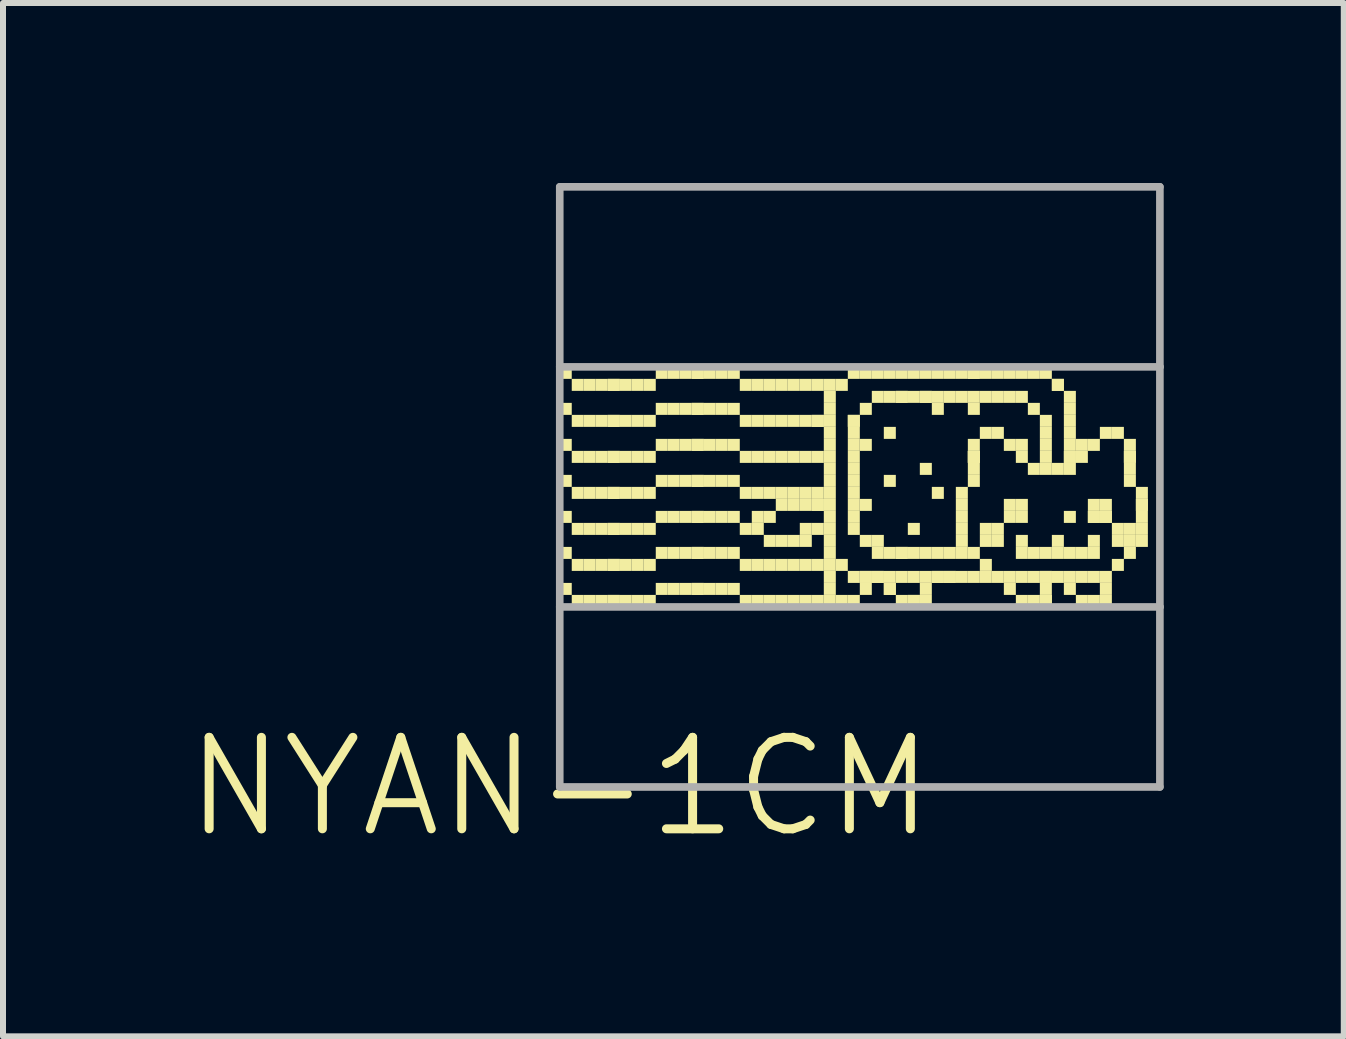
<source format=kicad_pcb>
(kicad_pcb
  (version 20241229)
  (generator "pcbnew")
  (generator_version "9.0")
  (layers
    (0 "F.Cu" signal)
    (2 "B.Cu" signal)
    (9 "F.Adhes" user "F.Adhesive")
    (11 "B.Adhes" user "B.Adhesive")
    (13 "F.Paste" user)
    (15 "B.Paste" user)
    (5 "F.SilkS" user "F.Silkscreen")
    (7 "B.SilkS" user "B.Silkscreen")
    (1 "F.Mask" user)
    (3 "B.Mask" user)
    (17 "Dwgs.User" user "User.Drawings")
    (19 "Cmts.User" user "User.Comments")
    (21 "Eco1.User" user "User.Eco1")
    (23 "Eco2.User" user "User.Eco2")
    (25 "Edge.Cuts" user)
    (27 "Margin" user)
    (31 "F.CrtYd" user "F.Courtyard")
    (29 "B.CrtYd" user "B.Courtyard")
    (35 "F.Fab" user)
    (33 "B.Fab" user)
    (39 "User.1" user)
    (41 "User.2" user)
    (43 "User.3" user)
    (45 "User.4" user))
  (footprint "NYAN-1CM"
    (layer "F.Cu")
    (at 6.277 10.063)
    (property "Reference" "NYAN-1CM" (at 0 0 0) (layer "F.SilkS") (effects (font (size 1.524 1.524) (thickness 0.15))))
    (attr through_hole)
    (fp_poly (pts (xy 0 -6.8) (xy 0.2 -6.8) (xy 0.2 -7) (xy 0 -7)) (stroke (width 0) (type solid)) (fill yes) (layer "F.SilkS"))
    (fp_poly (pts (xy 0 -6.2) (xy 0.2 -6.2) (xy 0.2 -6.4) (xy 0 -6.4)) (stroke (width 0) (type solid)) (fill yes) (layer "F.SilkS"))
    (fp_poly (pts (xy 0 -5.6) (xy 0.2 -5.6) (xy 0.2 -5.8) (xy 0 -5.8)) (stroke (width 0) (type solid)) (fill yes) (layer "F.SilkS"))
    (fp_poly (pts (xy 0 -5) (xy 0.2 -5) (xy 0.2 -5.2) (xy 0 -5.2)) (stroke (width 0) (type solid)) (fill yes) (layer "F.SilkS"))
    (fp_poly (pts (xy 0 -4.4) (xy 0.2 -4.4) (xy 0.2 -4.6) (xy 0 -4.6)) (stroke (width 0) (type solid)) (fill yes) (layer "F.SilkS"))
    (fp_poly (pts (xy 0 -3.8) (xy 0.2 -3.8) (xy 0.2 -4) (xy 0 -4)) (stroke (width 0) (type solid)) (fill yes) (layer "F.SilkS"))
    (fp_poly (pts (xy 0 -3.2) (xy 0.2 -3.2) (xy 0.2 -3.4) (xy 0 -3.4)) (stroke (width 0) (type solid)) (fill yes) (layer "F.SilkS"))
    (fp_poly (pts (xy 0.2 -6.6) (xy 0.4 -6.6) (xy 0.4 -6.8) (xy 0.2 -6.8)) (stroke (width 0) (type solid)) (fill yes) (layer "F.SilkS"))
    (fp_poly (pts (xy 0.2 -6) (xy 0.4 -6) (xy 0.4 -6.2) (xy 0.2 -6.2)) (stroke (width 0) (type solid)) (fill yes) (layer "F.SilkS"))
    (fp_poly (pts (xy 0.2 -5.4) (xy 0.4 -5.4) (xy 0.4 -5.6) (xy 0.2 -5.6)) (stroke (width 0) (type solid)) (fill yes) (layer "F.SilkS"))
    (fp_poly (pts (xy 0.2 -4.8) (xy 0.4 -4.8) (xy 0.4 -5) (xy 0.2 -5)) (stroke (width 0) (type solid)) (fill yes) (layer "F.SilkS"))
    (fp_poly (pts (xy 0.2 -4.2) (xy 0.4 -4.2) (xy 0.4 -4.4) (xy 0.2 -4.4)) (stroke (width 0) (type solid)) (fill yes) (layer "F.SilkS"))
    (fp_poly (pts (xy 0.2 -3.6) (xy 0.4 -3.6) (xy 0.4 -3.8) (xy 0.2 -3.8)) (stroke (width 0) (type solid)) (fill yes) (layer "F.SilkS"))
    (fp_poly (pts (xy 0.2 -3) (xy 0.4 -3) (xy 0.4 -3.2) (xy 0.2 -3.2)) (stroke (width 0) (type solid)) (fill yes) (layer "F.SilkS"))
    (fp_poly (pts (xy 0.4 -6.6) (xy 0.6 -6.6) (xy 0.6 -6.8) (xy 0.4 -6.8)) (stroke (width 0) (type solid)) (fill yes) (layer "F.SilkS"))
    (fp_poly (pts (xy 0.4 -6) (xy 0.6 -6) (xy 0.6 -6.2) (xy 0.4 -6.2)) (stroke (width 0) (type solid)) (fill yes) (layer "F.SilkS"))
    (fp_poly (pts (xy 0.4 -5.4) (xy 0.6 -5.4) (xy 0.6 -5.6) (xy 0.4 -5.6)) (stroke (width 0) (type solid)) (fill yes) (layer "F.SilkS"))
    (fp_poly (pts (xy 0.4 -4.8) (xy 0.6 -4.8) (xy 0.6 -5) (xy 0.4 -5)) (stroke (width 0) (type solid)) (fill yes) (layer "F.SilkS"))
    (fp_poly (pts (xy 0.4 -4.2) (xy 0.6 -4.2) (xy 0.6 -4.4) (xy 0.4 -4.4)) (stroke (width 0) (type solid)) (fill yes) (layer "F.SilkS"))
    (fp_poly (pts (xy 0.4 -3.6) (xy 0.6 -3.6) (xy 0.6 -3.8) (xy 0.4 -3.8)) (stroke (width 0) (type solid)) (fill yes) (layer "F.SilkS"))
    (fp_poly (pts (xy 0.4 -3) (xy 0.6 -3) (xy 0.6 -3.2) (xy 0.4 -3.2)) (stroke (width 0) (type solid)) (fill yes) (layer "F.SilkS"))
    (fp_poly (pts (xy 0.6 -6.6) (xy 0.8 -6.6) (xy 0.8 -6.8) (xy 0.6 -6.8)) (stroke (width 0) (type solid)) (fill yes) (layer "F.SilkS"))
    (fp_poly (pts (xy 0.6 -6) (xy 0.8 -6) (xy 0.8 -6.2) (xy 0.6 -6.2)) (stroke (width 0) (type solid)) (fill yes) (layer "F.SilkS"))
    (fp_poly (pts (xy 0.6 -5.4) (xy 0.8 -5.4) (xy 0.8 -5.6) (xy 0.6 -5.6)) (stroke (width 0) (type solid)) (fill yes) (layer "F.SilkS"))
    (fp_poly (pts (xy 0.6 -4.8) (xy 0.8 -4.8) (xy 0.8 -5) (xy 0.6 -5)) (stroke (width 0) (type solid)) (fill yes) (layer "F.SilkS"))
    (fp_poly (pts (xy 0.6 -4.2) (xy 0.8 -4.2) (xy 0.8 -4.4) (xy 0.6 -4.4)) (stroke (width 0) (type solid)) (fill yes) (layer "F.SilkS"))
    (fp_poly (pts (xy 0.6 -3.6) (xy 0.8 -3.6) (xy 0.8 -3.8) (xy 0.6 -3.8)) (stroke (width 0) (type solid)) (fill yes) (layer "F.SilkS"))
    (fp_poly (pts (xy 0.6 -3) (xy 0.8 -3) (xy 0.8 -3.2) (xy 0.6 -3.2)) (stroke (width 0) (type solid)) (fill yes) (layer "F.SilkS"))
    (fp_poly (pts (xy 0.8 -6.6) (xy 1 -6.6) (xy 1 -6.8) (xy 0.8 -6.8)) (stroke (width 0) (type solid)) (fill yes) (layer "F.SilkS"))
    (fp_poly (pts (xy 0.8 -6.6) (xy 1 -6.6) (xy 1 -6.8) (xy 0.8 -6.8)) (stroke (width 0) (type solid)) (fill yes) (layer "F.SilkS"))
    (fp_poly (pts (xy 0.8 -6) (xy 1 -6) (xy 1 -6.2) (xy 0.8 -6.2)) (stroke (width 0) (type solid)) (fill yes) (layer "F.SilkS"))
    (fp_poly (pts (xy 0.8 -6) (xy 1 -6) (xy 1 -6.2) (xy 0.8 -6.2)) (stroke (width 0) (type solid)) (fill yes) (layer "F.SilkS"))
    (fp_poly (pts (xy 0.8 -5.4) (xy 1 -5.4) (xy 1 -5.6) (xy 0.8 -5.6)) (stroke (width 0) (type solid)) (fill yes) (layer "F.SilkS"))
    (fp_poly (pts (xy 0.8 -5.4) (xy 1 -5.4) (xy 1 -5.6) (xy 0.8 -5.6)) (stroke (width 0) (type solid)) (fill yes) (layer "F.SilkS"))
    (fp_poly (pts (xy 0.8 -4.8) (xy 1 -4.8) (xy 1 -5) (xy 0.8 -5)) (stroke (width 0) (type solid)) (fill yes) (layer "F.SilkS"))
    (fp_poly (pts (xy 0.8 -4.8) (xy 1 -4.8) (xy 1 -5) (xy 0.8 -5)) (stroke (width 0) (type solid)) (fill yes) (layer "F.SilkS"))
    (fp_poly (pts (xy 0.8 -4.2) (xy 1 -4.2) (xy 1 -4.4) (xy 0.8 -4.4)) (stroke (width 0) (type solid)) (fill yes) (layer "F.SilkS"))
    (fp_poly (pts (xy 0.8 -4.2) (xy 1 -4.2) (xy 1 -4.4) (xy 0.8 -4.4)) (stroke (width 0) (type solid)) (fill yes) (layer "F.SilkS"))
    (fp_poly (pts (xy 0.8 -3.6) (xy 1 -3.6) (xy 1 -3.8) (xy 0.8 -3.8)) (stroke (width 0) (type solid)) (fill yes) (layer "F.SilkS"))
    (fp_poly (pts (xy 0.8 -3.6) (xy 1 -3.6) (xy 1 -3.8) (xy 0.8 -3.8)) (stroke (width 0) (type solid)) (fill yes) (layer "F.SilkS"))
    (fp_poly (pts (xy 0.8 -3) (xy 1 -3) (xy 1 -3.2) (xy 0.8 -3.2)) (stroke (width 0) (type solid)) (fill yes) (layer "F.SilkS"))
    (fp_poly (pts (xy 0.8 -3) (xy 1 -3) (xy 1 -3.2) (xy 0.8 -3.2)) (stroke (width 0) (type solid)) (fill yes) (layer "F.SilkS"))
    (fp_poly (pts (xy 1 -6.6) (xy 1.2 -6.6) (xy 1.2 -6.8) (xy 1 -6.8)) (stroke (width 0) (type solid)) (fill yes) (layer "F.SilkS"))
    (fp_poly (pts (xy 1 -6) (xy 1.2 -6) (xy 1.2 -6.2) (xy 1 -6.2)) (stroke (width 0) (type solid)) (fill yes) (layer "F.SilkS"))
    (fp_poly (pts (xy 1 -5.4) (xy 1.2 -5.4) (xy 1.2 -5.6) (xy 1 -5.6)) (stroke (width 0) (type solid)) (fill yes) (layer "F.SilkS"))
    (fp_poly (pts (xy 1 -4.8) (xy 1.2 -4.8) (xy 1.2 -5) (xy 1 -5)) (stroke (width 0) (type solid)) (fill yes) (layer "F.SilkS"))
    (fp_poly (pts (xy 1 -4.2) (xy 1.2 -4.2) (xy 1.2 -4.4) (xy 1 -4.4)) (stroke (width 0) (type solid)) (fill yes) (layer "F.SilkS"))
    (fp_poly (pts (xy 1 -3.6) (xy 1.2 -3.6) (xy 1.2 -3.8) (xy 1 -3.8)) (stroke (width 0) (type solid)) (fill yes) (layer "F.SilkS"))
    (fp_poly (pts (xy 1 -3) (xy 1.2 -3) (xy 1.2 -3.2) (xy 1 -3.2)) (stroke (width 0) (type solid)) (fill yes) (layer "F.SilkS"))
    (fp_poly (pts (xy 1.2 -6.6) (xy 1.4 -6.6) (xy 1.4 -6.8) (xy 1.2 -6.8)) (stroke (width 0) (type solid)) (fill yes) (layer "F.SilkS"))
    (fp_poly (pts (xy 1.2 -6) (xy 1.4 -6) (xy 1.4 -6.2) (xy 1.2 -6.2)) (stroke (width 0) (type solid)) (fill yes) (layer "F.SilkS"))
    (fp_poly (pts (xy 1.2 -5.4) (xy 1.4 -5.4) (xy 1.4 -5.6) (xy 1.2 -5.6)) (stroke (width 0) (type solid)) (fill yes) (layer "F.SilkS"))
    (fp_poly (pts (xy 1.2 -4.8) (xy 1.4 -4.8) (xy 1.4 -5) (xy 1.2 -5)) (stroke (width 0) (type solid)) (fill yes) (layer "F.SilkS"))
    (fp_poly (pts (xy 1.2 -4.2) (xy 1.4 -4.2) (xy 1.4 -4.4) (xy 1.2 -4.4)) (stroke (width 0) (type solid)) (fill yes) (layer "F.SilkS"))
    (fp_poly (pts (xy 1.2 -3.6) (xy 1.4 -3.6) (xy 1.4 -3.8) (xy 1.2 -3.8)) (stroke (width 0) (type solid)) (fill yes) (layer "F.SilkS"))
    (fp_poly (pts (xy 1.2 -3) (xy 1.4 -3) (xy 1.4 -3.2) (xy 1.2 -3.2)) (stroke (width 0) (type solid)) (fill yes) (layer "F.SilkS"))
    (fp_poly (pts (xy 1.4 -6.6) (xy 1.6 -6.6) (xy 1.6 -6.8) (xy 1.4 -6.8)) (stroke (width 0) (type solid)) (fill yes) (layer "F.SilkS"))
    (fp_poly (pts (xy 1.4 -6) (xy 1.6 -6) (xy 1.6 -6.2) (xy 1.4 -6.2)) (stroke (width 0) (type solid)) (fill yes) (layer "F.SilkS"))
    (fp_poly (pts (xy 1.4 -5.4) (xy 1.6 -5.4) (xy 1.6 -5.6) (xy 1.4 -5.6)) (stroke (width 0) (type solid)) (fill yes) (layer "F.SilkS"))
    (fp_poly (pts (xy 1.4 -4.8) (xy 1.6 -4.8) (xy 1.6 -5) (xy 1.4 -5)) (stroke (width 0) (type solid)) (fill yes) (layer "F.SilkS"))
    (fp_poly (pts (xy 1.4 -4.2) (xy 1.6 -4.2) (xy 1.6 -4.4) (xy 1.4 -4.4)) (stroke (width 0) (type solid)) (fill yes) (layer "F.SilkS"))
    (fp_poly (pts (xy 1.4 -3.6) (xy 1.6 -3.6) (xy 1.6 -3.8) (xy 1.4 -3.8)) (stroke (width 0) (type solid)) (fill yes) (layer "F.SilkS"))
    (fp_poly (pts (xy 1.4 -3) (xy 1.6 -3) (xy 1.6 -3.2) (xy 1.4 -3.2)) (stroke (width 0) (type solid)) (fill yes) (layer "F.SilkS"))
    (fp_poly (pts (xy 1.6 -6.8) (xy 1.8 -6.8) (xy 1.8 -7) (xy 1.6 -7)) (stroke (width 0) (type solid)) (fill yes) (layer "F.SilkS"))
    (fp_poly (pts (xy 1.6 -6.2) (xy 1.8 -6.2) (xy 1.8 -6.4) (xy 1.6 -6.4)) (stroke (width 0) (type solid)) (fill yes) (layer "F.SilkS"))
    (fp_poly (pts (xy 1.6 -5.6) (xy 1.8 -5.6) (xy 1.8 -5.8) (xy 1.6 -5.8)) (stroke (width 0) (type solid)) (fill yes) (layer "F.SilkS"))
    (fp_poly (pts (xy 1.6 -5) (xy 1.8 -5) (xy 1.8 -5.2) (xy 1.6 -5.2)) (stroke (width 0) (type solid)) (fill yes) (layer "F.SilkS"))
    (fp_poly (pts (xy 1.6 -4.4) (xy 1.8 -4.4) (xy 1.8 -4.6) (xy 1.6 -4.6)) (stroke (width 0) (type solid)) (fill yes) (layer "F.SilkS"))
    (fp_poly (pts (xy 1.6 -3.8) (xy 1.8 -3.8) (xy 1.8 -4) (xy 1.6 -4)) (stroke (width 0) (type solid)) (fill yes) (layer "F.SilkS"))
    (fp_poly (pts (xy 1.6 -3.2) (xy 1.8 -3.2) (xy 1.8 -3.4) (xy 1.6 -3.4)) (stroke (width 0) (type solid)) (fill yes) (layer "F.SilkS"))
    (fp_poly (pts (xy 1.8 -6.8) (xy 2 -6.8) (xy 2 -7) (xy 1.8 -7)) (stroke (width 0) (type solid)) (fill yes) (layer "F.SilkS"))
    (fp_poly (pts (xy 1.8 -6.2) (xy 2 -6.2) (xy 2 -6.4) (xy 1.8 -6.4)) (stroke (width 0) (type solid)) (fill yes) (layer "F.SilkS"))
    (fp_poly (pts (xy 1.8 -5.6) (xy 2 -5.6) (xy 2 -5.8) (xy 1.8 -5.8)) (stroke (width 0) (type solid)) (fill yes) (layer "F.SilkS"))
    (fp_poly (pts (xy 1.8 -5) (xy 2 -5) (xy 2 -5.2) (xy 1.8 -5.2)) (stroke (width 0) (type solid)) (fill yes) (layer "F.SilkS"))
    (fp_poly (pts (xy 1.8 -4.4) (xy 2 -4.4) (xy 2 -4.6) (xy 1.8 -4.6)) (stroke (width 0) (type solid)) (fill yes) (layer "F.SilkS"))
    (fp_poly (pts (xy 1.8 -3.8) (xy 2 -3.8) (xy 2 -4) (xy 1.8 -4)) (stroke (width 0) (type solid)) (fill yes) (layer "F.SilkS"))
    (fp_poly (pts (xy 1.8 -3.2) (xy 2 -3.2) (xy 2 -3.4) (xy 1.8 -3.4)) (stroke (width 0) (type solid)) (fill yes) (layer "F.SilkS"))
    (fp_poly (pts (xy 2 -6.8) (xy 2.2 -6.8) (xy 2.2 -7) (xy 2 -7)) (stroke (width 0) (type solid)) (fill yes) (layer "F.SilkS"))
    (fp_poly (pts (xy 2 -6.2) (xy 2.2 -6.2) (xy 2.2 -6.4) (xy 2 -6.4)) (stroke (width 0) (type solid)) (fill yes) (layer "F.SilkS"))
    (fp_poly (pts (xy 2 -5.6) (xy 2.2 -5.6) (xy 2.2 -5.8) (xy 2 -5.8)) (stroke (width 0) (type solid)) (fill yes) (layer "F.SilkS"))
    (fp_poly (pts (xy 2 -5) (xy 2.2 -5) (xy 2.2 -5.2) (xy 2 -5.2)) (stroke (width 0) (type solid)) (fill yes) (layer "F.SilkS"))
    (fp_poly (pts (xy 2 -4.4) (xy 2.2 -4.4) (xy 2.2 -4.6) (xy 2 -4.6)) (stroke (width 0) (type solid)) (fill yes) (layer "F.SilkS"))
    (fp_poly (pts (xy 2 -3.8) (xy 2.2 -3.8) (xy 2.2 -4) (xy 2 -4)) (stroke (width 0) (type solid)) (fill yes) (layer "F.SilkS"))
    (fp_poly (pts (xy 2 -3.2) (xy 2.2 -3.2) (xy 2.2 -3.4) (xy 2 -3.4)) (stroke (width 0) (type solid)) (fill yes) (layer "F.SilkS"))
    (fp_poly (pts (xy 2.2 -6.8) (xy 2.4 -6.8) (xy 2.4 -7) (xy 2.2 -7)) (stroke (width 0) (type solid)) (fill yes) (layer "F.SilkS"))
    (fp_poly (pts (xy 2.2 -6.8) (xy 2.4 -6.8) (xy 2.4 -7) (xy 2.2 -7)) (stroke (width 0) (type solid)) (fill yes) (layer "F.SilkS"))
    (fp_poly (pts (xy 2.2 -6.2) (xy 2.4 -6.2) (xy 2.4 -6.4) (xy 2.2 -6.4)) (stroke (width 0) (type solid)) (fill yes) (layer "F.SilkS"))
    (fp_poly (pts (xy 2.2 -6.2) (xy 2.4 -6.2) (xy 2.4 -6.4) (xy 2.2 -6.4)) (stroke (width 0) (type solid)) (fill yes) (layer "F.SilkS"))
    (fp_poly (pts (xy 2.2 -5.6) (xy 2.4 -5.6) (xy 2.4 -5.8) (xy 2.2 -5.8)) (stroke (width 0) (type solid)) (fill yes) (layer "F.SilkS"))
    (fp_poly (pts (xy 2.2 -5.6) (xy 2.4 -5.6) (xy 2.4 -5.8) (xy 2.2 -5.8)) (stroke (width 0) (type solid)) (fill yes) (layer "F.SilkS"))
    (fp_poly (pts (xy 2.2 -5) (xy 2.4 -5) (xy 2.4 -5.2) (xy 2.2 -5.2)) (stroke (width 0) (type solid)) (fill yes) (layer "F.SilkS"))
    (fp_poly (pts (xy 2.2 -5) (xy 2.4 -5) (xy 2.4 -5.2) (xy 2.2 -5.2)) (stroke (width 0) (type solid)) (fill yes) (layer "F.SilkS"))
    (fp_poly (pts (xy 2.2 -4.4) (xy 2.4 -4.4) (xy 2.4 -4.6) (xy 2.2 -4.6)) (stroke (width 0) (type solid)) (fill yes) (layer "F.SilkS"))
    (fp_poly (pts (xy 2.2 -4.4) (xy 2.4 -4.4) (xy 2.4 -4.6) (xy 2.2 -4.6)) (stroke (width 0) (type solid)) (fill yes) (layer "F.SilkS"))
    (fp_poly (pts (xy 2.2 -3.8) (xy 2.4 -3.8) (xy 2.4 -4) (xy 2.2 -4)) (stroke (width 0) (type solid)) (fill yes) (layer "F.SilkS"))
    (fp_poly (pts (xy 2.2 -3.8) (xy 2.4 -3.8) (xy 2.4 -4) (xy 2.2 -4)) (stroke (width 0) (type solid)) (fill yes) (layer "F.SilkS"))
    (fp_poly (pts (xy 2.2 -3.2) (xy 2.4 -3.2) (xy 2.4 -3.4) (xy 2.2 -3.4)) (stroke (width 0) (type solid)) (fill yes) (layer "F.SilkS"))
    (fp_poly (pts (xy 2.2 -3.2) (xy 2.4 -3.2) (xy 2.4 -3.4) (xy 2.2 -3.4)) (stroke (width 0) (type solid)) (fill yes) (layer "F.SilkS"))
    (fp_poly (pts (xy 2.4 -6.8) (xy 2.6 -6.8) (xy 2.6 -7) (xy 2.4 -7)) (stroke (width 0) (type solid)) (fill yes) (layer "F.SilkS"))
    (fp_poly (pts (xy 2.4 -6.2) (xy 2.6 -6.2) (xy 2.6 -6.4) (xy 2.4 -6.4)) (stroke (width 0) (type solid)) (fill yes) (layer "F.SilkS"))
    (fp_poly (pts (xy 2.4 -5.6) (xy 2.6 -5.6) (xy 2.6 -5.8) (xy 2.4 -5.8)) (stroke (width 0) (type solid)) (fill yes) (layer "F.SilkS"))
    (fp_poly (pts (xy 2.4 -5) (xy 2.6 -5) (xy 2.6 -5.2) (xy 2.4 -5.2)) (stroke (width 0) (type solid)) (fill yes) (layer "F.SilkS"))
    (fp_poly (pts (xy 2.4 -4.4) (xy 2.6 -4.4) (xy 2.6 -4.6) (xy 2.4 -4.6)) (stroke (width 0) (type solid)) (fill yes) (layer "F.SilkS"))
    (fp_poly (pts (xy 2.4 -3.8) (xy 2.6 -3.8) (xy 2.6 -4) (xy 2.4 -4)) (stroke (width 0) (type solid)) (fill yes) (layer "F.SilkS"))
    (fp_poly (pts (xy 2.4 -3.2) (xy 2.6 -3.2) (xy 2.6 -3.4) (xy 2.4 -3.4)) (stroke (width 0) (type solid)) (fill yes) (layer "F.SilkS"))
    (fp_poly (pts (xy 2.6 -6.8) (xy 2.8 -6.8) (xy 2.8 -7) (xy 2.6 -7)) (stroke (width 0) (type solid)) (fill yes) (layer "F.SilkS"))
    (fp_poly (pts (xy 2.6 -6.2) (xy 2.8 -6.2) (xy 2.8 -6.4) (xy 2.6 -6.4)) (stroke (width 0) (type solid)) (fill yes) (layer "F.SilkS"))
    (fp_poly (pts (xy 2.6 -5.6) (xy 2.8 -5.6) (xy 2.8 -5.8) (xy 2.6 -5.8)) (stroke (width 0) (type solid)) (fill yes) (layer "F.SilkS"))
    (fp_poly (pts (xy 2.6 -5) (xy 2.8 -5) (xy 2.8 -5.2) (xy 2.6 -5.2)) (stroke (width 0) (type solid)) (fill yes) (layer "F.SilkS"))
    (fp_poly (pts (xy 2.6 -4.4) (xy 2.8 -4.4) (xy 2.8 -4.6) (xy 2.6 -4.6)) (stroke (width 0) (type solid)) (fill yes) (layer "F.SilkS"))
    (fp_poly (pts (xy 2.6 -3.8) (xy 2.8 -3.8) (xy 2.8 -4) (xy 2.6 -4)) (stroke (width 0) (type solid)) (fill yes) (layer "F.SilkS"))
    (fp_poly (pts (xy 2.6 -3.2) (xy 2.8 -3.2) (xy 2.8 -3.4) (xy 2.6 -3.4)) (stroke (width 0) (type solid)) (fill yes) (layer "F.SilkS"))
    (fp_poly (pts (xy 2.8 -6.8) (xy 3 -6.8) (xy 3 -7) (xy 2.8 -7)) (stroke (width 0) (type solid)) (fill yes) (layer "F.SilkS"))
    (fp_poly (pts (xy 2.8 -6.2) (xy 3 -6.2) (xy 3 -6.4) (xy 2.8 -6.4)) (stroke (width 0) (type solid)) (fill yes) (layer "F.SilkS"))
    (fp_poly (pts (xy 2.8 -5.6) (xy 3 -5.6) (xy 3 -5.8) (xy 2.8 -5.8)) (stroke (width 0) (type solid)) (fill yes) (layer "F.SilkS"))
    (fp_poly (pts (xy 2.8 -5) (xy 3 -5) (xy 3 -5.2) (xy 2.8 -5.2)) (stroke (width 0) (type solid)) (fill yes) (layer "F.SilkS"))
    (fp_poly (pts (xy 2.8 -4.4) (xy 3 -4.4) (xy 3 -4.6) (xy 2.8 -4.6)) (stroke (width 0) (type solid)) (fill yes) (layer "F.SilkS"))
    (fp_poly (pts (xy 2.8 -3.8) (xy 3 -3.8) (xy 3 -4) (xy 2.8 -4)) (stroke (width 0) (type solid)) (fill yes) (layer "F.SilkS"))
    (fp_poly (pts (xy 2.8 -3.2) (xy 3 -3.2) (xy 3 -3.4) (xy 2.8 -3.4)) (stroke (width 0) (type solid)) (fill yes) (layer "F.SilkS"))
    (fp_poly (pts (xy 3 -6.6) (xy 3.2 -6.6) (xy 3.2 -6.8) (xy 3 -6.8)) (stroke (width 0) (type solid)) (fill yes) (layer "F.SilkS"))
    (fp_poly (pts (xy 3 -6) (xy 3.2 -6) (xy 3.2 -6.2) (xy 3 -6.2)) (stroke (width 0) (type solid)) (fill yes) (layer "F.SilkS"))
    (fp_poly (pts (xy 3 -5.4) (xy 3.2 -5.4) (xy 3.2 -5.6) (xy 3 -5.6)) (stroke (width 0) (type solid)) (fill yes) (layer "F.SilkS"))
    (fp_poly (pts (xy 3 -4.8) (xy 3.2 -4.8) (xy 3.2 -5) (xy 3 -5)) (stroke (width 0) (type solid)) (fill yes) (layer "F.SilkS"))
    (fp_poly (pts (xy 3 -4.2) (xy 3.2 -4.2) (xy 3.2 -4.4) (xy 3 -4.4)) (stroke (width 0) (type solid)) (fill yes) (layer "F.SilkS"))
    (fp_poly (pts (xy 3 -3.6) (xy 3.2 -3.6) (xy 3.2 -3.8) (xy 3 -3.8)) (stroke (width 0) (type solid)) (fill yes) (layer "F.SilkS"))
    (fp_poly (pts (xy 3 -3) (xy 3.2 -3) (xy 3.2 -3.2) (xy 3 -3.2)) (stroke (width 0) (type solid)) (fill yes) (layer "F.SilkS"))
    (fp_poly (pts (xy 3.2 -6.6) (xy 3.4 -6.6) (xy 3.4 -6.8) (xy 3.2 -6.8)) (stroke (width 0) (type solid)) (fill yes) (layer "F.SilkS"))
    (fp_poly (pts (xy 3.2 -6) (xy 3.4 -6) (xy 3.4 -6.2) (xy 3.2 -6.2)) (stroke (width 0) (type solid)) (fill yes) (layer "F.SilkS"))
    (fp_poly (pts (xy 3.2 -5.4) (xy 3.4 -5.4) (xy 3.4 -5.6) (xy 3.2 -5.6)) (stroke (width 0) (type solid)) (fill yes) (layer "F.SilkS"))
    (fp_poly (pts (xy 3.2 -4.8) (xy 3.4 -4.8) (xy 3.4 -5) (xy 3.2 -5)) (stroke (width 0) (type solid)) (fill yes) (layer "F.SilkS"))
    (fp_poly (pts (xy 3.2 -4.4) (xy 3.4 -4.4) (xy 3.4 -4.6) (xy 3.2 -4.6)) (stroke (width 0) (type solid)) (fill yes) (layer "F.SilkS"))
    (fp_poly (pts (xy 3.2 -4.2) (xy 3.4 -4.2) (xy 3.4 -4.4) (xy 3.2 -4.4)) (stroke (width 0) (type solid)) (fill yes) (layer "F.SilkS"))
    (fp_poly (pts (xy 3.2 -3.6) (xy 3.4 -3.6) (xy 3.4 -3.8) (xy 3.2 -3.8)) (stroke (width 0) (type solid)) (fill yes) (layer "F.SilkS"))
    (fp_poly (pts (xy 3.2 -3) (xy 3.4 -3) (xy 3.4 -3.2) (xy 3.2 -3.2)) (stroke (width 0) (type solid)) (fill yes) (layer "F.SilkS"))
    (fp_poly (pts (xy 3.4 -6.6) (xy 3.6 -6.6) (xy 3.6 -6.8) (xy 3.4 -6.8)) (stroke (width 0) (type solid)) (fill yes) (layer "F.SilkS"))
    (fp_poly (pts (xy 3.4 -6) (xy 3.6 -6) (xy 3.6 -6.2) (xy 3.4 -6.2)) (stroke (width 0) (type solid)) (fill yes) (layer "F.SilkS"))
    (fp_poly (pts (xy 3.4 -5.4) (xy 3.6 -5.4) (xy 3.6 -5.6) (xy 3.4 -5.6)) (stroke (width 0) (type solid)) (fill yes) (layer "F.SilkS"))
    (fp_poly (pts (xy 3.4 -4.8) (xy 3.6 -4.8) (xy 3.6 -5) (xy 3.4 -5)) (stroke (width 0) (type solid)) (fill yes) (layer "F.SilkS"))
    (fp_poly (pts (xy 3.4 -4.4) (xy 3.6 -4.4) (xy 3.6 -4.6) (xy 3.4 -4.6)) (stroke (width 0) (type solid)) (fill yes) (layer "F.SilkS"))
    (fp_poly (pts (xy 3.4 -4) (xy 3.6 -4) (xy 3.6 -4.2) (xy 3.4 -4.2)) (stroke (width 0) (type solid)) (fill yes) (layer "F.SilkS"))
    (fp_poly (pts (xy 3.4 -3.6) (xy 3.6 -3.6) (xy 3.6 -3.8) (xy 3.4 -3.8)) (stroke (width 0) (type solid)) (fill yes) (layer "F.SilkS"))
    (fp_poly (pts (xy 3.4 -3) (xy 3.6 -3) (xy 3.6 -3.2) (xy 3.4 -3.2)) (stroke (width 0) (type solid)) (fill yes) (layer "F.SilkS"))
    (fp_poly (pts (xy 3.6 -6.6) (xy 3.8 -6.6) (xy 3.8 -6.8) (xy 3.6 -6.8)) (stroke (width 0) (type solid)) (fill yes) (layer "F.SilkS"))
    (fp_poly (pts (xy 3.6 -6) (xy 3.8 -6) (xy 3.8 -6.2) (xy 3.6 -6.2)) (stroke (width 0) (type solid)) (fill yes) (layer "F.SilkS"))
    (fp_poly (pts (xy 3.6 -5.4) (xy 3.8 -5.4) (xy 3.8 -5.6) (xy 3.6 -5.6)) (stroke (width 0) (type solid)) (fill yes) (layer "F.SilkS"))
    (fp_poly (pts (xy 3.6 -4.8) (xy 3.8 -4.8) (xy 3.8 -5) (xy 3.6 -5)) (stroke (width 0) (type solid)) (fill yes) (layer "F.SilkS"))
    (fp_poly (pts (xy 3.6 -4.6) (xy 3.8 -4.6) (xy 3.8 -4.8) (xy 3.6 -4.8)) (stroke (width 0) (type solid)) (fill yes) (layer "F.SilkS"))
    (fp_poly (pts (xy 3.6 -4) (xy 3.8 -4) (xy 3.8 -4.2) (xy 3.6 -4.2)) (stroke (width 0) (type solid)) (fill yes) (layer "F.SilkS"))
    (fp_poly (pts (xy 3.6 -3.6) (xy 3.8 -3.6) (xy 3.8 -3.8) (xy 3.6 -3.8)) (stroke (width 0) (type solid)) (fill yes) (layer "F.SilkS"))
    (fp_poly (pts (xy 3.6 -3) (xy 3.8 -3) (xy 3.8 -3.2) (xy 3.6 -3.2)) (stroke (width 0) (type solid)) (fill yes) (layer "F.SilkS"))
    (fp_poly (pts (xy 3.8 -6.6) (xy 4 -6.6) (xy 4 -6.8) (xy 3.8 -6.8)) (stroke (width 0) (type solid)) (fill yes) (layer "F.SilkS"))
    (fp_poly (pts (xy 3.8 -6) (xy 4 -6) (xy 4 -6.2) (xy 3.8 -6.2)) (stroke (width 0) (type solid)) (fill yes) (layer "F.SilkS"))
    (fp_poly (pts (xy 3.8 -5.4) (xy 4 -5.4) (xy 4 -5.6) (xy 3.8 -5.6)) (stroke (width 0) (type solid)) (fill yes) (layer "F.SilkS"))
    (fp_poly (pts (xy 3.8 -4.8) (xy 4 -4.8) (xy 4 -5) (xy 3.8 -5)) (stroke (width 0) (type solid)) (fill yes) (layer "F.SilkS"))
    (fp_poly (pts (xy 3.8 -4.6) (xy 4 -4.6) (xy 4 -4.8) (xy 3.8 -4.8)) (stroke (width 0) (type solid)) (fill yes) (layer "F.SilkS"))
    (fp_poly (pts (xy 3.8 -4) (xy 4 -4) (xy 4 -4.2) (xy 3.8 -4.2)) (stroke (width 0) (type solid)) (fill yes) (layer "F.SilkS"))
    (fp_poly (pts (xy 3.8 -3.6) (xy 4 -3.6) (xy 4 -3.8) (xy 3.8 -3.8)) (stroke (width 0) (type solid)) (fill yes) (layer "F.SilkS"))
    (fp_poly (pts (xy 3.8 -3) (xy 4 -3) (xy 4 -3.2) (xy 3.8 -3.2)) (stroke (width 0) (type solid)) (fill yes) (layer "F.SilkS"))
    (fp_poly (pts (xy 4 -6.6) (xy 4.2 -6.6) (xy 4.2 -6.8) (xy 4 -6.8)) (stroke (width 0) (type solid)) (fill yes) (layer "F.SilkS"))
    (fp_poly (pts (xy 4 -6) (xy 4.2 -6) (xy 4.2 -6.2) (xy 4 -6.2)) (stroke (width 0) (type solid)) (fill yes) (layer "F.SilkS"))
    (fp_poly (pts (xy 4 -5.4) (xy 4.2 -5.4) (xy 4.2 -5.6) (xy 4 -5.6)) (stroke (width 0) (type solid)) (fill yes) (layer "F.SilkS"))
    (fp_poly (pts (xy 4 -4.8) (xy 4.2 -4.8) (xy 4.2 -5) (xy 4 -5)) (stroke (width 0) (type solid)) (fill yes) (layer "F.SilkS"))
    (fp_poly (pts (xy 4 -4.6) (xy 4.2 -4.6) (xy 4.2 -4.8) (xy 4 -4.8)) (stroke (width 0) (type solid)) (fill yes) (layer "F.SilkS"))
    (fp_poly (pts (xy 4 -4.2) (xy 4.2 -4.2) (xy 4.2 -4.4) (xy 4 -4.4)) (stroke (width 0) (type solid)) (fill yes) (layer "F.SilkS"))
    (fp_poly (pts (xy 4 -4) (xy 4.2 -4) (xy 4.2 -4.2) (xy 4 -4.2)) (stroke (width 0) (type solid)) (fill yes) (layer "F.SilkS"))
    (fp_poly (pts (xy 4 -3.6) (xy 4.2 -3.6) (xy 4.2 -3.8) (xy 4 -3.8)) (stroke (width 0) (type solid)) (fill yes) (layer "F.SilkS"))
    (fp_poly (pts (xy 4 -3) (xy 4.2 -3) (xy 4.2 -3.2) (xy 4 -3.2)) (stroke (width 0) (type solid)) (fill yes) (layer "F.SilkS"))
    (fp_poly (pts (xy 4.2 -6.6) (xy 4.4 -6.6) (xy 4.4 -6.8) (xy 4.2 -6.8)) (stroke (width 0) (type solid)) (fill yes) (layer "F.SilkS"))
    (fp_poly (pts (xy 4.2 -6) (xy 4.4 -6) (xy 4.4 -6.2) (xy 4.2 -6.2)) (stroke (width 0) (type solid)) (fill yes) (layer "F.SilkS"))
    (fp_poly (pts (xy 4.2 -6) (xy 4.4 -6) (xy 4.4 -6.2) (xy 4.2 -6.2)) (stroke (width 0) (type solid)) (fill yes) (layer "F.SilkS"))
    (fp_poly (pts (xy 4.2 -5.4) (xy 4.4 -5.4) (xy 4.4 -5.6) (xy 4.2 -5.6)) (stroke (width 0) (type solid)) (fill yes) (layer "F.SilkS"))
    (fp_poly (pts (xy 4.2 -4.8) (xy 4.4 -4.8) (xy 4.4 -5) (xy 4.2 -5)) (stroke (width 0) (type solid)) (fill yes) (layer "F.SilkS"))
    (fp_poly (pts (xy 4.2 -4.6) (xy 4.4 -4.6) (xy 4.4 -4.8) (xy 4.2 -4.8)) (stroke (width 0) (type solid)) (fill yes) (layer "F.SilkS"))
    (fp_poly (pts (xy 4.2 -4.6) (xy 4.4 -4.6) (xy 4.4 -4.8) (xy 4.2 -4.8)) (stroke (width 0) (type solid)) (fill yes) (layer "F.SilkS"))
    (fp_poly (pts (xy 4.2 -4.2) (xy 4.4 -4.2) (xy 4.4 -4.4) (xy 4.2 -4.4)) (stroke (width 0) (type solid)) (fill yes) (layer "F.SilkS"))
    (fp_poly (pts (xy 4.2 -3.6) (xy 4.4 -3.6) (xy 4.4 -3.8) (xy 4.2 -3.8)) (stroke (width 0) (type solid)) (fill yes) (layer "F.SilkS"))
    (fp_poly (pts (xy 4.2 -3) (xy 4.4 -3) (xy 4.4 -3.2) (xy 4.2 -3.2)) (stroke (width 0) (type solid)) (fill yes) (layer "F.SilkS"))
    (fp_poly (pts (xy 4.4 -6.6) (xy 4.6 -6.6) (xy 4.6 -6.8) (xy 4.4 -6.8)) (stroke (width 0) (type solid)) (fill yes) (layer "F.SilkS"))
    (fp_poly (pts (xy 4.4 -6.4) (xy 4.6 -6.4) (xy 4.6 -6.6) (xy 4.4 -6.6)) (stroke (width 0) (type solid)) (fill yes) (layer "F.SilkS"))
    (fp_poly (pts (xy 4.4 -6.2) (xy 4.6 -6.2) (xy 4.6 -6.4) (xy 4.4 -6.4)) (stroke (width 0) (type solid)) (fill yes) (layer "F.SilkS"))
    (fp_poly (pts (xy 4.4 -6) (xy 4.6 -6) (xy 4.6 -6.2) (xy 4.4 -6.2)) (stroke (width 0) (type solid)) (fill yes) (layer "F.SilkS"))
    (fp_poly (pts (xy 4.4 -5.8) (xy 4.6 -5.8) (xy 4.6 -6) (xy 4.4 -6)) (stroke (width 0) (type solid)) (fill yes) (layer "F.SilkS"))
    (fp_poly (pts (xy 4.4 -5.6) (xy 4.6 -5.6) (xy 4.6 -5.8) (xy 4.4 -5.8)) (stroke (width 0) (type solid)) (fill yes) (layer "F.SilkS"))
    (fp_poly (pts (xy 4.4 -5.4) (xy 4.6 -5.4) (xy 4.6 -5.6) (xy 4.4 -5.6)) (stroke (width 0) (type solid)) (fill yes) (layer "F.SilkS"))
    (fp_poly (pts (xy 4.4 -5.2) (xy 4.6 -5.2) (xy 4.6 -5.4) (xy 4.4 -5.4)) (stroke (width 0) (type solid)) (fill yes) (layer "F.SilkS"))
    (fp_poly (pts (xy 4.4 -5) (xy 4.6 -5) (xy 4.6 -5.2) (xy 4.4 -5.2)) (stroke (width 0) (type solid)) (fill yes) (layer "F.SilkS"))
    (fp_poly (pts (xy 4.4 -4.8) (xy 4.6 -4.8) (xy 4.6 -5) (xy 4.4 -5)) (stroke (width 0) (type solid)) (fill yes) (layer "F.SilkS"))
    (fp_poly (pts (xy 4.4 -4.6) (xy 4.6 -4.6) (xy 4.6 -4.8) (xy 4.4 -4.8)) (stroke (width 0) (type solid)) (fill yes) (layer "F.SilkS"))
    (fp_poly (pts (xy 4.4 -4.4) (xy 4.6 -4.4) (xy 4.6 -4.6) (xy 4.4 -4.6)) (stroke (width 0) (type solid)) (fill yes) (layer "F.SilkS"))
    (fp_poly (pts (xy 4.4 -4.2) (xy 4.6 -4.2) (xy 4.6 -4.4) (xy 4.4 -4.4)) (stroke (width 0) (type solid)) (fill yes) (layer "F.SilkS"))
    (fp_poly (pts (xy 4.4 -4) (xy 4.6 -4) (xy 4.6 -4.2) (xy 4.4 -4.2)) (stroke (width 0) (type solid)) (fill yes) (layer "F.SilkS"))
    (fp_poly (pts (xy 4.4 -3.8) (xy 4.6 -3.8) (xy 4.6 -4) (xy 4.4 -4)) (stroke (width 0) (type solid)) (fill yes) (layer "F.SilkS"))
    (fp_poly (pts (xy 4.4 -3.6) (xy 4.6 -3.6) (xy 4.6 -3.8) (xy 4.4 -3.8)) (stroke (width 0) (type solid)) (fill yes) (layer "F.SilkS"))
    (fp_poly (pts (xy 4.4 -3.4) (xy 4.6 -3.4) (xy 4.6 -3.6) (xy 4.4 -3.6)) (stroke (width 0) (type solid)) (fill yes) (layer "F.SilkS"))
    (fp_poly (pts (xy 4.4 -3.2) (xy 4.6 -3.2) (xy 4.6 -3.4) (xy 4.4 -3.4)) (stroke (width 0) (type solid)) (fill yes) (layer "F.SilkS"))
    (fp_poly (pts (xy 4.4 -3) (xy 4.6 -3) (xy 4.6 -3.2) (xy 4.4 -3.2)) (stroke (width 0) (type solid)) (fill yes) (layer "F.SilkS"))
    (fp_poly (pts (xy 4.6 -6.6) (xy 4.8 -6.6) (xy 4.8 -6.8) (xy 4.6 -6.8)) (stroke (width 0) (type solid)) (fill yes) (layer "F.SilkS"))
    (fp_poly (pts (xy 4.6 -3.6) (xy 4.8 -3.6) (xy 4.8 -3.8) (xy 4.6 -3.8)) (stroke (width 0) (type solid)) (fill yes) (layer "F.SilkS"))
    (fp_poly (pts (xy 4.6 -3) (xy 4.8 -3) (xy 4.8 -3.2) (xy 4.6 -3.2)) (stroke (width 0) (type solid)) (fill yes) (layer "F.SilkS"))
    (fp_poly (pts (xy 4.8 -6.8) (xy 5 -6.8) (xy 5 -7) (xy 4.8 -7)) (stroke (width 0) (type solid)) (fill yes) (layer "F.SilkS"))
    (fp_poly (pts (xy 4.8 -6) (xy 5 -6) (xy 5 -6.2) (xy 4.8 -6.2)) (stroke (width 0) (type solid)) (fill yes) (layer "F.SilkS"))
    (fp_poly (pts (xy 4.8 -6) (xy 5 -6) (xy 5 -6.2) (xy 4.8 -6.2)) (stroke (width 0) (type solid)) (fill yes) (layer "F.SilkS"))
    (fp_poly (pts (xy 4.8 -5.8) (xy 5 -5.8) (xy 5 -6) (xy 4.8 -6)) (stroke (width 0) (type solid)) (fill yes) (layer "F.SilkS"))
    (fp_poly (pts (xy 4.8 -5.6) (xy 5 -5.6) (xy 5 -5.8) (xy 4.8 -5.8)) (stroke (width 0) (type solid)) (fill yes) (layer "F.SilkS"))
    (fp_poly (pts (xy 4.8 -5.4) (xy 5 -5.4) (xy 5 -5.6) (xy 4.8 -5.6)) (stroke (width 0) (type solid)) (fill yes) (layer "F.SilkS"))
    (fp_poly (pts (xy 4.8 -5.2) (xy 5 -5.2) (xy 5 -5.4) (xy 4.8 -5.4)) (stroke (width 0) (type solid)) (fill yes) (layer "F.SilkS"))
    (fp_poly (pts (xy 4.8 -5) (xy 5 -5) (xy 5 -5.2) (xy 4.8 -5.2)) (stroke (width 0) (type solid)) (fill yes) (layer "F.SilkS"))
    (fp_poly (pts (xy 4.8 -4.8) (xy 5 -4.8) (xy 5 -5) (xy 4.8 -5)) (stroke (width 0) (type solid)) (fill yes) (layer "F.SilkS"))
    (fp_poly (pts (xy 4.8 -4.6) (xy 5 -4.6) (xy 5 -4.8) (xy 4.8 -4.8)) (stroke (width 0) (type solid)) (fill yes) (layer "F.SilkS"))
    (fp_poly (pts (xy 4.8 -4.4) (xy 5 -4.4) (xy 5 -4.6) (xy 4.8 -4.6)) (stroke (width 0) (type solid)) (fill yes) (layer "F.SilkS"))
    (fp_poly (pts (xy 4.8 -4.2) (xy 5 -4.2) (xy 5 -4.4) (xy 4.8 -4.4)) (stroke (width 0) (type solid)) (fill yes) (layer "F.SilkS"))
    (fp_poly (pts (xy 4.8 -3.4) (xy 5 -3.4) (xy 5 -3.6) (xy 4.8 -3.6)) (stroke (width 0) (type solid)) (fill yes) (layer "F.SilkS"))
    (fp_poly (pts (xy 4.8 -3) (xy 5 -3) (xy 5 -3.2) (xy 4.8 -3.2)) (stroke (width 0) (type solid)) (fill yes) (layer "F.SilkS"))
    (fp_poly (pts (xy 5 -6.8) (xy 5.2 -6.8) (xy 5.2 -7) (xy 5 -7)) (stroke (width 0) (type solid)) (fill yes) (layer "F.SilkS"))
    (fp_poly (pts (xy 5 -6.2) (xy 5.2 -6.2) (xy 5.2 -6.4) (xy 5 -6.4)) (stroke (width 0) (type solid)) (fill yes) (layer "F.SilkS"))
    (fp_poly (pts (xy 5 -5.6) (xy 5.2 -5.6) (xy 5.2 -5.8) (xy 5 -5.8)) (stroke (width 0) (type solid)) (fill yes) (layer "F.SilkS"))
    (fp_poly (pts (xy 5 -4.6) (xy 5.2 -4.6) (xy 5.2 -4.8) (xy 5 -4.8)) (stroke (width 0) (type solid)) (fill yes) (layer "F.SilkS"))
    (fp_poly (pts (xy 5 -4) (xy 5.2 -4) (xy 5.2 -4.2) (xy 5 -4.2)) (stroke (width 0) (type solid)) (fill yes) (layer "F.SilkS"))
    (fp_poly (pts (xy 5 -3.4) (xy 5.2 -3.4) (xy 5.2 -3.6) (xy 5 -3.6)) (stroke (width 0) (type solid)) (fill yes) (layer "F.SilkS"))
    (fp_poly (pts (xy 5 -3.4) (xy 5.2 -3.4) (xy 5.2 -3.6) (xy 5 -3.6)) (stroke (width 0) (type solid)) (fill yes) (layer "F.SilkS"))
    (fp_poly (pts (xy 5 -3.2) (xy 5.2 -3.2) (xy 5.2 -3.4) (xy 5 -3.4)) (stroke (width 0) (type solid)) (fill yes) (layer "F.SilkS"))
    (fp_poly (pts (xy 5.2 -6.8) (xy 5.4 -6.8) (xy 5.4 -7) (xy 5.2 -7)) (stroke (width 0) (type solid)) (fill yes) (layer "F.SilkS"))
    (fp_poly (pts (xy 5.2 -6.4) (xy 5.4 -6.4) (xy 5.4 -6.6) (xy 5.2 -6.6)) (stroke (width 0) (type solid)) (fill yes) (layer "F.SilkS"))
    (fp_poly (pts (xy 5.2 -4) (xy 5.4 -4) (xy 5.4 -4.2) (xy 5.2 -4.2)) (stroke (width 0) (type solid)) (fill yes) (layer "F.SilkS"))
    (fp_poly (pts (xy 5.2 -3.8) (xy 5.4 -3.8) (xy 5.4 -4) (xy 5.2 -4)) (stroke (width 0) (type solid)) (fill yes) (layer "F.SilkS"))
    (fp_poly (pts (xy 5.2 -3.4) (xy 5.4 -3.4) (xy 5.4 -3.6) (xy 5.2 -3.6)) (stroke (width 0) (type solid)) (fill yes) (layer "F.SilkS"))
    (fp_poly (pts (xy 5.2 -3.4) (xy 5.4 -3.4) (xy 5.4 -3.6) (xy 5.2 -3.6)) (stroke (width 0) (type solid)) (fill yes) (layer "F.SilkS"))
    (fp_poly (pts (xy 5.4 -6.8) (xy 5.6 -6.8) (xy 5.6 -7) (xy 5.4 -7)) (stroke (width 0) (type solid)) (fill yes) (layer "F.SilkS"))
    (fp_poly (pts (xy 5.4 -6.4) (xy 5.6 -6.4) (xy 5.6 -6.6) (xy 5.4 -6.6)) (stroke (width 0) (type solid)) (fill yes) (layer "F.SilkS"))
    (fp_poly (pts (xy 5.4 -5.8) (xy 5.6 -5.8) (xy 5.6 -6) (xy 5.4 -6)) (stroke (width 0) (type solid)) (fill yes) (layer "F.SilkS"))
    (fp_poly (pts (xy 5.4 -5) (xy 5.6 -5) (xy 5.6 -5.2) (xy 5.4 -5.2)) (stroke (width 0) (type solid)) (fill yes) (layer "F.SilkS"))
    (fp_poly (pts (xy 5.4 -3.8) (xy 5.6 -3.8) (xy 5.6 -4) (xy 5.4 -4)) (stroke (width 0) (type solid)) (fill yes) (layer "F.SilkS"))
    (fp_poly (pts (xy 5.4 -3.4) (xy 5.6 -3.4) (xy 5.6 -3.6) (xy 5.4 -3.6)) (stroke (width 0) (type solid)) (fill yes) (layer "F.SilkS"))
    (fp_poly (pts (xy 5.4 -3.2) (xy 5.6 -3.2) (xy 5.6 -3.4) (xy 5.4 -3.4)) (stroke (width 0) (type solid)) (fill yes) (layer "F.SilkS"))
    (fp_poly (pts (xy 5.4 -3.2) (xy 5.6 -3.2) (xy 5.6 -3.4) (xy 5.4 -3.4)) (stroke (width 0) (type solid)) (fill yes) (layer "F.SilkS"))
    (fp_poly (pts (xy 5.6 -6.8) (xy 5.8 -6.8) (xy 5.8 -7) (xy 5.6 -7)) (stroke (width 0) (type solid)) (fill yes) (layer "F.SilkS"))
    (fp_poly (pts (xy 5.6 -6.4) (xy 5.8 -6.4) (xy 5.8 -6.6) (xy 5.6 -6.6)) (stroke (width 0) (type solid)) (fill yes) (layer "F.SilkS"))
    (fp_poly (pts (xy 5.6 -6.4) (xy 5.8 -6.4) (xy 5.8 -6.6) (xy 5.6 -6.6)) (stroke (width 0) (type solid)) (fill yes) (layer "F.SilkS"))
    (fp_poly (pts (xy 5.6 -3.8) (xy 5.8 -3.8) (xy 5.8 -4) (xy 5.6 -4)) (stroke (width 0) (type solid)) (fill yes) (layer "F.SilkS"))
    (fp_poly (pts (xy 5.6 -3.8) (xy 5.8 -3.8) (xy 5.8 -4) (xy 5.6 -4)) (stroke (width 0) (type solid)) (fill yes) (layer "F.SilkS"))
    (fp_poly (pts (xy 5.6 -3.4) (xy 5.8 -3.4) (xy 5.8 -3.6) (xy 5.6 -3.6)) (stroke (width 0) (type solid)) (fill yes) (layer "F.SilkS"))
    (fp_poly (pts (xy 5.6 -3) (xy 5.8 -3) (xy 5.8 -3.2) (xy 5.6 -3.2)) (stroke (width 0) (type solid)) (fill yes) (layer "F.SilkS"))
    (fp_poly (pts (xy 5.8 -6.8) (xy 6 -6.8) (xy 6 -7) (xy 5.8 -7)) (stroke (width 0) (type solid)) (fill yes) (layer "F.SilkS"))
    (fp_poly (pts (xy 5.8 -6.4) (xy 6 -6.4) (xy 6 -6.6) (xy 5.8 -6.6)) (stroke (width 0) (type solid)) (fill yes) (layer "F.SilkS"))
    (fp_poly (pts (xy 5.8 -4.2) (xy 6 -4.2) (xy 6 -4.4) (xy 5.8 -4.4)) (stroke (width 0) (type solid)) (fill yes) (layer "F.SilkS"))
    (fp_poly (pts (xy 5.8 -3.8) (xy 6 -3.8) (xy 6 -4) (xy 5.8 -4)) (stroke (width 0) (type solid)) (fill yes) (layer "F.SilkS"))
    (fp_poly (pts (xy 5.8 -3.4) (xy 6 -3.4) (xy 6 -3.6) (xy 5.8 -3.6)) (stroke (width 0) (type solid)) (fill yes) (layer "F.SilkS"))
    (fp_poly (pts (xy 5.8 -3) (xy 6 -3) (xy 6 -3.2) (xy 5.8 -3.2)) (stroke (width 0) (type solid)) (fill yes) (layer "F.SilkS"))
    (fp_poly (pts (xy 5.8 -3) (xy 6 -3) (xy 6 -3.2) (xy 5.8 -3.2)) (stroke (width 0) (type solid)) (fill yes) (layer "F.SilkS"))
    (fp_poly (pts (xy 6 -6.8) (xy 6.2 -6.8) (xy 6.2 -7) (xy 6 -7)) (stroke (width 0) (type solid)) (fill yes) (layer "F.SilkS"))
    (fp_poly (pts (xy 6 -6.4) (xy 6.2 -6.4) (xy 6.2 -6.6) (xy 6 -6.6)) (stroke (width 0) (type solid)) (fill yes) (layer "F.SilkS"))
    (fp_poly (pts (xy 6 -6.4) (xy 6.2 -6.4) (xy 6.2 -6.6) (xy 6 -6.6)) (stroke (width 0) (type solid)) (fill yes) (layer "F.SilkS"))
    (fp_poly (pts (xy 6 -5.2) (xy 6.2 -5.2) (xy 6.2 -5.4) (xy 6 -5.4)) (stroke (width 0) (type solid)) (fill yes) (layer "F.SilkS"))
    (fp_poly (pts (xy 6 -3.8) (xy 6.2 -3.8) (xy 6.2 -4) (xy 6 -4)) (stroke (width 0) (type solid)) (fill yes) (layer "F.SilkS"))
    (fp_poly (pts (xy 6 -3.4) (xy 6.2 -3.4) (xy 6.2 -3.6) (xy 6 -3.6)) (stroke (width 0) (type solid)) (fill yes) (layer "F.SilkS"))
    (fp_poly (pts (xy 6 -3.2) (xy 6.2 -3.2) (xy 6.2 -3.4) (xy 6 -3.4)) (stroke (width 0) (type solid)) (fill yes) (layer "F.SilkS"))
    (fp_poly (pts (xy 6 -3) (xy 6.2 -3) (xy 6.2 -3.2) (xy 6 -3.2)) (stroke (width 0) (type solid)) (fill yes) (layer "F.SilkS"))
    (fp_poly (pts (xy 6.2 -6.8) (xy 6.4 -6.8) (xy 6.4 -7) (xy 6.2 -7)) (stroke (width 0) (type solid)) (fill yes) (layer "F.SilkS"))
    (fp_poly (pts (xy 6.2 -6.4) (xy 6.4 -6.4) (xy 6.4 -6.6) (xy 6.2 -6.6)) (stroke (width 0) (type solid)) (fill yes) (layer "F.SilkS"))
    (fp_poly (pts (xy 6.2 -6.2) (xy 6.4 -6.2) (xy 6.4 -6.4) (xy 6.2 -6.4)) (stroke (width 0) (type solid)) (fill yes) (layer "F.SilkS"))
    (fp_poly (pts (xy 6.2 -4.8) (xy 6.4 -4.8) (xy 6.4 -5) (xy 6.2 -5)) (stroke (width 0) (type solid)) (fill yes) (layer "F.SilkS"))
    (fp_poly (pts (xy 6.2 -3.8) (xy 6.4 -3.8) (xy 6.4 -4) (xy 6.2 -4)) (stroke (width 0) (type solid)) (fill yes) (layer "F.SilkS"))
    (fp_poly (pts (xy 6.2 -3.4) (xy 6.4 -3.4) (xy 6.4 -3.6) (xy 6.2 -3.6)) (stroke (width 0) (type solid)) (fill yes) (layer "F.SilkS"))
    (fp_poly (pts (xy 6.2 -3.4) (xy 6.4 -3.4) (xy 6.4 -3.6) (xy 6.2 -3.6)) (stroke (width 0) (type solid)) (fill yes) (layer "F.SilkS"))
    (fp_poly (pts (xy 6.4 -6.8) (xy 6.6 -6.8) (xy 6.6 -7) (xy 6.4 -7)) (stroke (width 0) (type solid)) (fill yes) (layer "F.SilkS"))
    (fp_poly (pts (xy 6.4 -6.4) (xy 6.6 -6.4) (xy 6.6 -6.6) (xy 6.4 -6.6)) (stroke (width 0) (type solid)) (fill yes) (layer "F.SilkS"))
    (fp_poly (pts (xy 6.4 -3.8) (xy 6.6 -3.8) (xy 6.6 -4) (xy 6.4 -4)) (stroke (width 0) (type solid)) (fill yes) (layer "F.SilkS"))
    (fp_poly (pts (xy 6.4 -3.4) (xy 6.6 -3.4) (xy 6.6 -3.6) (xy 6.4 -3.6)) (stroke (width 0) (type solid)) (fill yes) (layer "F.SilkS"))
    (fp_poly (pts (xy 6.4 -3.4) (xy 6.6 -3.4) (xy 6.6 -3.6) (xy 6.4 -3.6)) (stroke (width 0) (type solid)) (fill yes) (layer "F.SilkS"))
    (fp_poly (pts (xy 6.6 -6.8) (xy 6.8 -6.8) (xy 6.8 -7) (xy 6.6 -7)) (stroke (width 0) (type solid)) (fill yes) (layer "F.SilkS"))
    (fp_poly (pts (xy 6.6 -6.4) (xy 6.8 -6.4) (xy 6.8 -6.6) (xy 6.6 -6.6)) (stroke (width 0) (type solid)) (fill yes) (layer "F.SilkS"))
    (fp_poly (pts (xy 6.6 -4.8) (xy 6.8 -4.8) (xy 6.8 -5) (xy 6.6 -5)) (stroke (width 0) (type solid)) (fill yes) (layer "F.SilkS"))
    (fp_poly (pts (xy 6.6 -4.6) (xy 6.8 -4.6) (xy 6.8 -4.8) (xy 6.6 -4.8)) (stroke (width 0) (type solid)) (fill yes) (layer "F.SilkS"))
    (fp_poly (pts (xy 6.6 -4.4) (xy 6.8 -4.4) (xy 6.8 -4.6) (xy 6.6 -4.6)) (stroke (width 0) (type solid)) (fill yes) (layer "F.SilkS"))
    (fp_poly (pts (xy 6.6 -4.2) (xy 6.8 -4.2) (xy 6.8 -4.4) (xy 6.6 -4.4)) (stroke (width 0) (type solid)) (fill yes) (layer "F.SilkS"))
    (fp_poly (pts (xy 6.6 -4) (xy 6.8 -4) (xy 6.8 -4.2) (xy 6.6 -4.2)) (stroke (width 0) (type solid)) (fill yes) (layer "F.SilkS"))
    (fp_poly (pts (xy 6.6 -3.8) (xy 6.8 -3.8) (xy 6.8 -4) (xy 6.6 -4)) (stroke (width 0) (type solid)) (fill yes) (layer "F.SilkS"))
    (fp_poly (pts (xy 6.6 -3.4) (xy 6.8 -3.4) (xy 6.8 -3.6) (xy 6.6 -3.6)) (stroke (width 0) (type solid)) (fill yes) (layer "F.SilkS"))
    (fp_poly (pts (xy 6.8 -6.8) (xy 7 -6.8) (xy 7 -7) (xy 6.8 -7)) (stroke (width 0) (type solid)) (fill yes) (layer "F.SilkS"))
    (fp_poly (pts (xy 6.8 -6.8) (xy 7 -6.8) (xy 7 -7) (xy 6.8 -7)) (stroke (width 0) (type solid)) (fill yes) (layer "F.SilkS"))
    (fp_poly (pts (xy 6.8 -6.4) (xy 7 -6.4) (xy 7 -6.6) (xy 6.8 -6.6)) (stroke (width 0) (type solid)) (fill yes) (layer "F.SilkS"))
    (fp_poly (pts (xy 6.8 -6.2) (xy 7 -6.2) (xy 7 -6.4) (xy 6.8 -6.4)) (stroke (width 0) (type solid)) (fill yes) (layer "F.SilkS"))
    (fp_poly (pts (xy 6.8 -5.6) (xy 7 -5.6) (xy 7 -5.8) (xy 6.8 -5.8)) (stroke (width 0) (type solid)) (fill yes) (layer "F.SilkS"))
    (fp_poly (pts (xy 6.8 -5.4) (xy 7 -5.4) (xy 7 -5.6) (xy 6.8 -5.6)) (stroke (width 0) (type solid)) (fill yes) (layer "F.SilkS"))
    (fp_poly (pts (xy 6.8 -5.4) (xy 7 -5.4) (xy 7 -5.6) (xy 6.8 -5.6)) (stroke (width 0) (type solid)) (fill yes) (layer "F.SilkS"))
    (fp_poly (pts (xy 6.8 -5.4) (xy 7 -5.4) (xy 7 -5.6) (xy 6.8 -5.6)) (stroke (width 0) (type solid)) (fill yes) (layer "F.SilkS"))
    (fp_poly (pts (xy 6.8 -5.2) (xy 7 -5.2) (xy 7 -5.4) (xy 6.8 -5.4)) (stroke (width 0) (type solid)) (fill yes) (layer "F.SilkS"))
    (fp_poly (pts (xy 6.8 -5) (xy 7 -5) (xy 7 -5.2) (xy 6.8 -5.2)) (stroke (width 0) (type solid)) (fill yes) (layer "F.SilkS"))
    (fp_poly (pts (xy 6.8 -3.8) (xy 7 -3.8) (xy 7 -4) (xy 6.8 -4)) (stroke (width 0) (type solid)) (fill yes) (layer "F.SilkS"))
    (fp_poly (pts (xy 6.8 -3.4) (xy 7 -3.4) (xy 7 -3.6) (xy 6.8 -3.6)) (stroke (width 0) (type solid)) (fill yes) (layer "F.SilkS"))
    (fp_poly (pts (xy 7 -6.8) (xy 7.2 -6.8) (xy 7.2 -7) (xy 7 -7)) (stroke (width 0) (type solid)) (fill yes) (layer "F.SilkS"))
    (fp_poly (pts (xy 7 -6.4) (xy 7.2 -6.4) (xy 7.2 -6.6) (xy 7 -6.6)) (stroke (width 0) (type solid)) (fill yes) (layer "F.SilkS"))
    (fp_poly (pts (xy 7 -5.8) (xy 7.2 -5.8) (xy 7.2 -6) (xy 7 -6)) (stroke (width 0) (type solid)) (fill yes) (layer "F.SilkS"))
    (fp_poly (pts (xy 7 -4.2) (xy 7.2 -4.2) (xy 7.2 -4.4) (xy 7 -4.4)) (stroke (width 0) (type solid)) (fill yes) (layer "F.SilkS"))
    (fp_poly (pts (xy 7 -4) (xy 7.2 -4) (xy 7.2 -4.2) (xy 7 -4.2)) (stroke (width 0) (type solid)) (fill yes) (layer "F.SilkS"))
    (fp_poly (pts (xy 7 -3.6) (xy 7.2 -3.6) (xy 7.2 -3.8) (xy 7 -3.8)) (stroke (width 0) (type solid)) (fill yes) (layer "F.SilkS"))
    (fp_poly (pts (xy 7 -3.4) (xy 7.2 -3.4) (xy 7.2 -3.6) (xy 7 -3.6)) (stroke (width 0) (type solid)) (fill yes) (layer "F.SilkS"))
    (fp_poly (pts (xy 7.2 -6.8) (xy 7.4 -6.8) (xy 7.4 -7) (xy 7.2 -7)) (stroke (width 0) (type solid)) (fill yes) (layer "F.SilkS"))
    (fp_poly (pts (xy 7.2 -6.4) (xy 7.4 -6.4) (xy 7.4 -6.6) (xy 7.2 -6.6)) (stroke (width 0) (type solid)) (fill yes) (layer "F.SilkS"))
    (fp_poly (pts (xy 7.2 -5.8) (xy 7.4 -5.8) (xy 7.4 -6) (xy 7.2 -6)) (stroke (width 0) (type solid)) (fill yes) (layer "F.SilkS"))
    (fp_poly (pts (xy 7.2 -4.2) (xy 7.4 -4.2) (xy 7.4 -4.4) (xy 7.2 -4.4)) (stroke (width 0) (type solid)) (fill yes) (layer "F.SilkS"))
    (fp_poly (pts (xy 7.2 -4) (xy 7.4 -4) (xy 7.4 -4.2) (xy 7.2 -4.2)) (stroke (width 0) (type solid)) (fill yes) (layer "F.SilkS"))
    (fp_poly (pts (xy 7.2 -3.4) (xy 7.4 -3.4) (xy 7.4 -3.6) (xy 7.2 -3.6)) (stroke (width 0) (type solid)) (fill yes) (layer "F.SilkS"))
    (fp_poly (pts (xy 7.4 -6.8) (xy 7.6 -6.8) (xy 7.6 -7) (xy 7.4 -7)) (stroke (width 0) (type solid)) (fill yes) (layer "F.SilkS"))
    (fp_poly (pts (xy 7.4 -6.4) (xy 7.6 -6.4) (xy 7.6 -6.6) (xy 7.4 -6.6)) (stroke (width 0) (type solid)) (fill yes) (layer "F.SilkS"))
    (fp_poly (pts (xy 7.4 -5.6) (xy 7.6 -5.6) (xy 7.6 -5.8) (xy 7.4 -5.8)) (stroke (width 0) (type solid)) (fill yes) (layer "F.SilkS"))
    (fp_poly (pts (xy 7.4 -4.6) (xy 7.6 -4.6) (xy 7.6 -4.8) (xy 7.4 -4.8)) (stroke (width 0) (type solid)) (fill yes) (layer "F.SilkS"))
    (fp_poly (pts (xy 7.4 -4.4) (xy 7.6 -4.4) (xy 7.6 -4.6) (xy 7.4 -4.6)) (stroke (width 0) (type solid)) (fill yes) (layer "F.SilkS"))
    (fp_poly (pts (xy 7.4 -3.4) (xy 7.6 -3.4) (xy 7.6 -3.6) (xy 7.4 -3.6)) (stroke (width 0) (type solid)) (fill yes) (layer "F.SilkS"))
    (fp_poly (pts (xy 7.4 -3.2) (xy 7.6 -3.2) (xy 7.6 -3.4) (xy 7.4 -3.4)) (stroke (width 0) (type solid)) (fill yes) (layer "F.SilkS"))
    (fp_poly (pts (xy 7.6 -6.8) (xy 7.8 -6.8) (xy 7.8 -7) (xy 7.6 -7)) (stroke (width 0) (type solid)) (fill yes) (layer "F.SilkS"))
    (fp_poly (pts (xy 7.6 -6.4) (xy 7.8 -6.4) (xy 7.8 -6.6) (xy 7.6 -6.6)) (stroke (width 0) (type solid)) (fill yes) (layer "F.SilkS"))
    (fp_poly (pts (xy 7.6 -5.6) (xy 7.8 -5.6) (xy 7.8 -5.8) (xy 7.6 -5.8)) (stroke (width 0) (type solid)) (fill yes) (layer "F.SilkS"))
    (fp_poly (pts (xy 7.6 -5.4) (xy 7.8 -5.4) (xy 7.8 -5.6) (xy 7.6 -5.6)) (stroke (width 0) (type solid)) (fill yes) (layer "F.SilkS"))
    (fp_poly (pts (xy 7.6 -4.6) (xy 7.8 -4.6) (xy 7.8 -4.8) (xy 7.6 -4.8)) (stroke (width 0) (type solid)) (fill yes) (layer "F.SilkS"))
    (fp_poly (pts (xy 7.6 -4.4) (xy 7.8 -4.4) (xy 7.8 -4.6) (xy 7.6 -4.6)) (stroke (width 0) (type solid)) (fill yes) (layer "F.SilkS"))
    (fp_poly (pts (xy 7.6 -4) (xy 7.8 -4) (xy 7.8 -4.2) (xy 7.6 -4.2)) (stroke (width 0) (type solid)) (fill yes) (layer "F.SilkS"))
    (fp_poly (pts (xy 7.6 -3.8) (xy 7.8 -3.8) (xy 7.8 -4) (xy 7.6 -4)) (stroke (width 0) (type solid)) (fill yes) (layer "F.SilkS"))
    (fp_poly (pts (xy 7.6 -3.4) (xy 7.8 -3.4) (xy 7.8 -3.6) (xy 7.6 -3.6)) (stroke (width 0) (type solid)) (fill yes) (layer "F.SilkS"))
    (fp_poly (pts (xy 7.6 -3) (xy 7.8 -3) (xy 7.8 -3.2) (xy 7.6 -3.2)) (stroke (width 0) (type solid)) (fill yes) (layer "F.SilkS"))
    (fp_poly (pts (xy 7.8 -6.8) (xy 8 -6.8) (xy 8 -7) (xy 7.8 -7)) (stroke (width 0) (type solid)) (fill yes) (layer "F.SilkS"))
    (fp_poly (pts (xy 7.8 -6.2) (xy 8 -6.2) (xy 8 -6.4) (xy 7.8 -6.4)) (stroke (width 0) (type solid)) (fill yes) (layer "F.SilkS"))
    (fp_poly (pts (xy 7.8 -5.2) (xy 8 -5.2) (xy 8 -5.4) (xy 7.8 -5.4)) (stroke (width 0) (type solid)) (fill yes) (layer "F.SilkS"))
    (fp_poly (pts (xy 7.8 -3.8) (xy 8 -3.8) (xy 8 -4) (xy 7.8 -4)) (stroke (width 0) (type solid)) (fill yes) (layer "F.SilkS"))
    (fp_poly (pts (xy 7.8 -3.4) (xy 8 -3.4) (xy 8 -3.6) (xy 7.8 -3.6)) (stroke (width 0) (type solid)) (fill yes) (layer "F.SilkS"))
    (fp_poly (pts (xy 7.8 -3) (xy 8 -3) (xy 8 -3.2) (xy 7.8 -3.2)) (stroke (width 0) (type solid)) (fill yes) (layer "F.SilkS"))
    (fp_poly (pts (xy 8 -6.8) (xy 8.2 -6.8) (xy 8.2 -7) (xy 8 -7)) (stroke (width 0) (type solid)) (fill yes) (layer "F.SilkS"))
    (fp_poly (pts (xy 8 -6) (xy 8.2 -6) (xy 8.2 -6.2) (xy 8 -6.2)) (stroke (width 0) (type solid)) (fill yes) (layer "F.SilkS"))
    (fp_poly (pts (xy 8 -5.8) (xy 8.2 -5.8) (xy 8.2 -6) (xy 8 -6)) (stroke (width 0) (type solid)) (fill yes) (layer "F.SilkS"))
    (fp_poly (pts (xy 8 -5.6) (xy 8.2 -5.6) (xy 8.2 -5.8) (xy 8 -5.8)) (stroke (width 0) (type solid)) (fill yes) (layer "F.SilkS"))
    (fp_poly (pts (xy 8 -5.4) (xy 8.2 -5.4) (xy 8.2 -5.6) (xy 8 -5.6)) (stroke (width 0) (type solid)) (fill yes) (layer "F.SilkS"))
    (fp_poly (pts (xy 8 -5.2) (xy 8.2 -5.2) (xy 8.2 -5.4) (xy 8 -5.4)) (stroke (width 0) (type solid)) (fill yes) (layer "F.SilkS"))
    (fp_poly (pts (xy 8 -3.8) (xy 8.2 -3.8) (xy 8.2 -4) (xy 8 -4)) (stroke (width 0) (type solid)) (fill yes) (layer "F.SilkS"))
    (fp_poly (pts (xy 8 -3.4) (xy 8.2 -3.4) (xy 8.2 -3.6) (xy 8 -3.6)) (stroke (width 0) (type solid)) (fill yes) (layer "F.SilkS"))
    (fp_poly (pts (xy 8 -3.4) (xy 8.2 -3.4) (xy 8.2 -3.6) (xy 8 -3.6)) (stroke (width 0) (type solid)) (fill yes) (layer "F.SilkS"))
    (fp_poly (pts (xy 8 -3.2) (xy 8.2 -3.2) (xy 8.2 -3.4) (xy 8 -3.4)) (stroke (width 0) (type solid)) (fill yes) (layer "F.SilkS"))
    (fp_poly (pts (xy 8 -3) (xy 8.2 -3) (xy 8.2 -3.2) (xy 8 -3.2)) (stroke (width 0) (type solid)) (fill yes) (layer "F.SilkS"))
    (fp_poly (pts (xy 8 -3) (xy 8.2 -3) (xy 8.2 -3.2) (xy 8 -3.2)) (stroke (width 0) (type solid)) (fill yes) (layer "F.SilkS"))
    (fp_poly (pts (xy 8.2 -6.6) (xy 8.4 -6.6) (xy 8.4 -6.8) (xy 8.2 -6.8)) (stroke (width 0) (type solid)) (fill yes) (layer "F.SilkS"))
    (fp_poly (pts (xy 8.2 -6.6) (xy 8.4 -6.6) (xy 8.4 -6.8) (xy 8.2 -6.8)) (stroke (width 0) (type solid)) (fill yes) (layer "F.SilkS"))
    (fp_poly (pts (xy 8.2 -5.2) (xy 8.4 -5.2) (xy 8.4 -5.4) (xy 8.2 -5.4)) (stroke (width 0) (type solid)) (fill yes) (layer "F.SilkS"))
    (fp_poly (pts (xy 8.2 -4) (xy 8.4 -4) (xy 8.4 -4.2) (xy 8.2 -4.2)) (stroke (width 0) (type solid)) (fill yes) (layer "F.SilkS"))
    (fp_poly (pts (xy 8.2 -3.8) (xy 8.4 -3.8) (xy 8.4 -4) (xy 8.2 -4)) (stroke (width 0) (type solid)) (fill yes) (layer "F.SilkS"))
    (fp_poly (pts (xy 8.2 -3.4) (xy 8.4 -3.4) (xy 8.4 -3.6) (xy 8.2 -3.6)) (stroke (width 0) (type solid)) (fill yes) (layer "F.SilkS"))
    (fp_poly (pts (xy 8.4 -6.4) (xy 8.6 -6.4) (xy 8.6 -6.6) (xy 8.4 -6.6)) (stroke (width 0) (type solid)) (fill yes) (layer "F.SilkS"))
    (fp_poly (pts (xy 8.4 -6.2) (xy 8.6 -6.2) (xy 8.6 -6.4) (xy 8.4 -6.4)) (stroke (width 0) (type solid)) (fill yes) (layer "F.SilkS"))
    (fp_poly (pts (xy 8.4 -6) (xy 8.6 -6) (xy 8.6 -6.2) (xy 8.4 -6.2)) (stroke (width 0) (type solid)) (fill yes) (layer "F.SilkS"))
    (fp_poly (pts (xy 8.4 -5.8) (xy 8.6 -5.8) (xy 8.6 -6) (xy 8.4 -6)) (stroke (width 0) (type solid)) (fill yes) (layer "F.SilkS"))
    (fp_poly (pts (xy 8.4 -5.6) (xy 8.6 -5.6) (xy 8.6 -5.8) (xy 8.4 -5.8)) (stroke (width 0) (type solid)) (fill yes) (layer "F.SilkS"))
    (fp_poly (pts (xy 8.4 -5.4) (xy 8.6 -5.4) (xy 8.6 -5.6) (xy 8.4 -5.6)) (stroke (width 0) (type solid)) (fill yes) (layer "F.SilkS"))
    (fp_poly (pts (xy 8.4 -5.4) (xy 8.6 -5.4) (xy 8.6 -5.6) (xy 8.4 -5.6)) (stroke (width 0) (type solid)) (fill yes) (layer "F.SilkS"))
    (fp_poly (pts (xy 8.4 -5.2) (xy 8.6 -5.2) (xy 8.6 -5.4) (xy 8.4 -5.4)) (stroke (width 0) (type solid)) (fill yes) (layer "F.SilkS"))
    (fp_poly (pts (xy 8.4 -4.4) (xy 8.6 -4.4) (xy 8.6 -4.6) (xy 8.4 -4.6)) (stroke (width 0) (type solid)) (fill yes) (layer "F.SilkS"))
    (fp_poly (pts (xy 8.4 -3.8) (xy 8.6 -3.8) (xy 8.6 -4) (xy 8.4 -4)) (stroke (width 0) (type solid)) (fill yes) (layer "F.SilkS"))
    (fp_poly (pts (xy 8.4 -3.4) (xy 8.6 -3.4) (xy 8.6 -3.6) (xy 8.4 -3.6)) (stroke (width 0) (type solid)) (fill yes) (layer "F.SilkS"))
    (fp_poly (pts (xy 8.4 -3.2) (xy 8.6 -3.2) (xy 8.6 -3.4) (xy 8.4 -3.4)) (stroke (width 0) (type solid)) (fill yes) (layer "F.SilkS"))
    (fp_poly (pts (xy 8.6 -5.6) (xy 8.8 -5.6) (xy 8.8 -5.8) (xy 8.6 -5.8)) (stroke (width 0) (type solid)) (fill yes) (layer "F.SilkS"))
    (fp_poly (pts (xy 8.6 -5.4) (xy 8.8 -5.4) (xy 8.8 -5.6) (xy 8.6 -5.6)) (stroke (width 0) (type solid)) (fill yes) (layer "F.SilkS"))
    (fp_poly (pts (xy 8.6 -3.8) (xy 8.8 -3.8) (xy 8.8 -4) (xy 8.6 -4)) (stroke (width 0) (type solid)) (fill yes) (layer "F.SilkS"))
    (fp_poly (pts (xy 8.6 -3.4) (xy 8.8 -3.4) (xy 8.8 -3.6) (xy 8.6 -3.6)) (stroke (width 0) (type solid)) (fill yes) (layer "F.SilkS"))
    (fp_poly (pts (xy 8.6 -3) (xy 8.8 -3) (xy 8.8 -3.2) (xy 8.6 -3.2)) (stroke (width 0) (type solid)) (fill yes) (layer "F.SilkS"))
    (fp_poly (pts (xy 8.8 -5.6) (xy 9 -5.6) (xy 9 -5.8) (xy 8.8 -5.8)) (stroke (width 0) (type solid)) (fill yes) (layer "F.SilkS"))
    (fp_poly (pts (xy 8.8 -4.6) (xy 9 -4.6) (xy 9 -4.8) (xy 8.8 -4.8)) (stroke (width 0) (type solid)) (fill yes) (layer "F.SilkS"))
    (fp_poly (pts (xy 8.8 -4.4) (xy 9 -4.4) (xy 9 -4.6) (xy 8.8 -4.6)) (stroke (width 0) (type solid)) (fill yes) (layer "F.SilkS"))
    (fp_poly (pts (xy 8.8 -4.4) (xy 9 -4.4) (xy 9 -4.6) (xy 8.8 -4.6)) (stroke (width 0) (type solid)) (fill yes) (layer "F.SilkS"))
    (fp_poly (pts (xy 8.8 -4) (xy 9 -4) (xy 9 -4.2) (xy 8.8 -4.2)) (stroke (width 0) (type solid)) (fill yes) (layer "F.SilkS"))
    (fp_poly (pts (xy 8.8 -3.8) (xy 9 -3.8) (xy 9 -4) (xy 8.8 -4)) (stroke (width 0) (type solid)) (fill yes) (layer "F.SilkS"))
    (fp_poly (pts (xy 8.8 -3.4) (xy 9 -3.4) (xy 9 -3.6) (xy 8.8 -3.6)) (stroke (width 0) (type solid)) (fill yes) (layer "F.SilkS"))
    (fp_poly (pts (xy 8.8 -3) (xy 9 -3) (xy 9 -3.2) (xy 8.8 -3.2)) (stroke (width 0) (type solid)) (fill yes) (layer "F.SilkS"))
    (fp_poly (pts (xy 9 -5.8) (xy 9.2 -5.8) (xy 9.2 -6) (xy 9 -6)) (stroke (width 0) (type solid)) (fill yes) (layer "F.SilkS"))
    (fp_poly (pts (xy 9 -4.6) (xy 9.2 -4.6) (xy 9.2 -4.8) (xy 9 -4.8)) (stroke (width 0) (type solid)) (fill yes) (layer "F.SilkS"))
    (fp_poly (pts (xy 9 -4.4) (xy 9.2 -4.4) (xy 9.2 -4.6) (xy 9 -4.6)) (stroke (width 0) (type solid)) (fill yes) (layer "F.SilkS"))
    (fp_poly (pts (xy 9 -4.4) (xy 9.2 -4.4) (xy 9.2 -4.6) (xy 9 -4.6)) (stroke (width 0) (type solid)) (fill yes) (layer "F.SilkS"))
    (fp_poly (pts (xy 9 -3.4) (xy 9.2 -3.4) (xy 9.2 -3.6) (xy 9 -3.6)) (stroke (width 0) (type solid)) (fill yes) (layer "F.SilkS"))
    (fp_poly (pts (xy 9 -3.2) (xy 9.2 -3.2) (xy 9.2 -3.4) (xy 9 -3.4)) (stroke (width 0) (type solid)) (fill yes) (layer "F.SilkS"))
    (fp_poly (pts (xy 9 -3) (xy 9.2 -3) (xy 9.2 -3.2) (xy 9 -3.2)) (stroke (width 0) (type solid)) (fill yes) (layer "F.SilkS"))
    (fp_poly (pts (xy 9.2 -5.8) (xy 9.4 -5.8) (xy 9.4 -6) (xy 9.2 -6)) (stroke (width 0) (type solid)) (fill yes) (layer "F.SilkS"))
    (fp_poly (pts (xy 9.2 -4.2) (xy 9.4 -4.2) (xy 9.4 -4.4) (xy 9.2 -4.4)) (stroke (width 0) (type solid)) (fill yes) (layer "F.SilkS"))
    (fp_poly (pts (xy 9.2 -4) (xy 9.4 -4) (xy 9.4 -4.2) (xy 9.2 -4.2)) (stroke (width 0) (type solid)) (fill yes) (layer "F.SilkS"))
    (fp_poly (pts (xy 9.2 -3.6) (xy 9.4 -3.6) (xy 9.4 -3.8) (xy 9.2 -3.8)) (stroke (width 0) (type solid)) (fill yes) (layer "F.SilkS"))
    (fp_poly (pts (xy 9.4 -5.6) (xy 9.6 -5.6) (xy 9.6 -5.8) (xy 9.4 -5.8)) (stroke (width 0) (type solid)) (fill yes) (layer "F.SilkS"))
    (fp_poly (pts (xy 9.4 -5.4) (xy 9.6 -5.4) (xy 9.6 -5.6) (xy 9.4 -5.6)) (stroke (width 0) (type solid)) (fill yes) (layer "F.SilkS"))
    (fp_poly (pts (xy 9.4 -5.4) (xy 9.6 -5.4) (xy 9.6 -5.6) (xy 9.4 -5.6)) (stroke (width 0) (type solid)) (fill yes) (layer "F.SilkS"))
    (fp_poly (pts (xy 9.4 -5.2) (xy 9.6 -5.2) (xy 9.6 -5.4) (xy 9.4 -5.4)) (stroke (width 0) (type solid)) (fill yes) (layer "F.SilkS"))
    (fp_poly (pts (xy 9.4 -5) (xy 9.6 -5) (xy 9.6 -5.2) (xy 9.4 -5.2)) (stroke (width 0) (type solid)) (fill yes) (layer "F.SilkS"))
    (fp_poly (pts (xy 9.4 -4.2) (xy 9.6 -4.2) (xy 9.6 -4.4) (xy 9.4 -4.4)) (stroke (width 0) (type solid)) (fill yes) (layer "F.SilkS"))
    (fp_poly (pts (xy 9.4 -4) (xy 9.6 -4) (xy 9.6 -4.2) (xy 9.4 -4.2)) (stroke (width 0) (type solid)) (fill yes) (layer "F.SilkS"))
    (fp_poly (pts (xy 9.4 -3.8) (xy 9.6 -3.8) (xy 9.6 -4) (xy 9.4 -4)) (stroke (width 0) (type solid)) (fill yes) (layer "F.SilkS"))
    (fp_poly (pts (xy 9.6 -4.8) (xy 9.8 -4.8) (xy 9.8 -5) (xy 9.6 -5)) (stroke (width 0) (type solid)) (fill yes) (layer "F.SilkS"))
    (fp_poly (pts (xy 9.6 -4.6) (xy 9.8 -4.6) (xy 9.8 -4.8) (xy 9.6 -4.8)) (stroke (width 0) (type solid)) (fill yes) (layer "F.SilkS"))
    (fp_poly (pts (xy 9.6 -4.6) (xy 9.8 -4.6) (xy 9.8 -4.8) (xy 9.6 -4.8)) (stroke (width 0) (type solid)) (fill yes) (layer "F.SilkS"))
    (fp_poly (pts (xy 9.6 -4.4) (xy 9.8 -4.4) (xy 9.8 -4.6) (xy 9.6 -4.6)) (stroke (width 0) (type solid)) (fill yes) (layer "F.SilkS"))
    (fp_poly (pts (xy 9.6 -4.2) (xy 9.8 -4.2) (xy 9.8 -4.4) (xy 9.6 -4.4)) (stroke (width 0) (type solid)) (fill yes) (layer "F.SilkS"))
    (fp_poly (pts (xy 9.6 -4) (xy 9.8 -4) (xy 9.8 -4.2) (xy 9.6 -4.2)) (stroke (width 0) (type solid)) (fill yes) (layer "F.SilkS"))
    (fp_line (start 0 -10) (end 0 -7) (stroke (width 0.127) (type solid)) (layer "F.Fab"))
    (fp_line (start 0 -7) (end 0 -3) (stroke (width 0.127) (type solid)) (layer "F.Fab"))
    (fp_line (start 0 -3) (end 0 0) (stroke (width 0.127) (type solid)) (layer "F.Fab"))
    (fp_line (start 0 -3) (end 10 -3) (stroke (width 0.127) (type solid)) (layer "F.Fab"))
    (fp_line (start 0 0) (end 10 0) (stroke (width 0.127) (type solid)) (layer "F.Fab"))
    (fp_line (start 10 -10) (end 0 -10) (stroke (width 0.127) (type solid)) (layer "F.Fab"))
    (fp_line (start 10 -7) (end 0 -7) (stroke (width 0.127) (type solid)) (layer "F.Fab"))
    (fp_line (start 10 -7) (end 10 -10) (stroke (width 0.127) (type solid)) (layer "F.Fab"))
    (fp_line (start 10 -3) (end 10 -7) (stroke (width 0.127) (type solid)) (layer "F.Fab"))
    (fp_line (start 10 0) (end 10 -3) (stroke (width 0.127) (type solid)) (layer "F.Fab")))
  (gr_rect
    (start -3 -3)
    (end 19.341 14.218)
    (stroke (width 0.1) (type default))
    (fill no)
    (layer "Edge.Cuts")))
</source>
